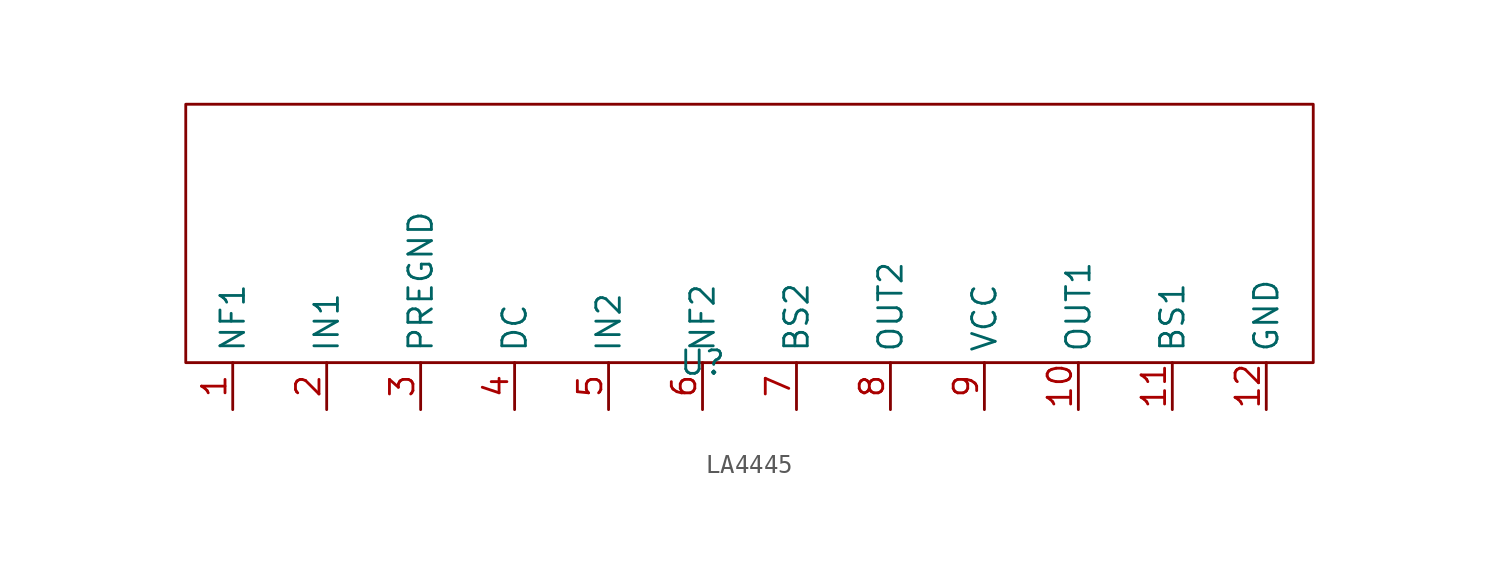
<source format=kicad_sym>
(kicad_symbol_lib
  (version 20231120)
  (generator "kicad_symbol_editor")
  (generator_version "8.0")
  (symbol "LA4445"
    (property "Reference" "U"
      (at -2.54 0 0)
      (effects (font (size 1.27 1.27))))
    (property "Value" ""
      (at -2.54 0 0)
      (effects (font (size 1.27 1.27))))
    (symbol "LA4445_0_1"
      (rectangle (start -30.48 13.97) (end 30.48 0) (stroke (width 0) (type default)) (fill (type none))))
    (symbol "LA4445_1_1"
      (pin input line (at -27.94 -2.54 90) (length 2.54) (name "NF1" (effects (font (size 1.27 1.27)))) (number "1" (effects (font (size 1.27 1.27)))))
      (pin input line (at 17.78 -2.54 90) (length 2.54) (name "OUT1" (effects (font (size 1.27 1.27)))) (number "10" (effects (font (size 1.27 1.27)))))
      (pin input line (at 22.86 -2.54 90) (length 2.54) (name "BS1" (effects (font (size 1.27 1.27)))) (number "11" (effects (font (size 1.27 1.27)))))
      (pin input line (at 27.94 -2.54 90) (length 2.54) (name "GND" (effects (font (size 1.27 1.27)))) (number "12" (effects (font (size 1.27 1.27)))))
      (pin input line (at -22.86 -2.54 90) (length 2.54) (name "IN1" (effects (font (size 1.27 1.27)))) (number "2" (effects (font (size 1.27 1.27)))))
      (pin input line (at -17.78 -2.54 90) (length 2.54) (name "PREGND" (effects (font (size 1.27 1.27)))) (number "3" (effects (font (size 1.27 1.27)))))
      (pin input line (at -12.7 -2.54 90) (length 2.54) (name "DC" (effects (font (size 1.27 1.27)))) (number "4" (effects (font (size 1.27 1.27)))))
      (pin input line (at -7.62 -2.54 90) (length 2.54) (name "IN2" (effects (font (size 1.27 1.27)))) (number "5" (effects (font (size 1.27 1.27)))))
      (pin input line (at -2.54 -2.54 90) (length 2.54) (name "NF2" (effects (font (size 1.27 1.27)))) (number "6" (effects (font (size 1.27 1.27)))))
      (pin input line (at 2.54 -2.54 90) (length 2.54) (name "BS2" (effects (font (size 1.27 1.27)))) (number "7" (effects (font (size 1.27 1.27)))))
      (pin input line (at 7.62 -2.54 90) (length 2.54) (name "OUT2" (effects (font (size 1.27 1.27)))) (number "8" (effects (font (size 1.27 1.27)))))
      (pin input line (at 12.7 -2.54 90) (length 2.54) (name "VCC" (effects (font (size 1.27 1.27)))) (number "9" (effects (font (size 1.27 1.27))))))))
</source>
